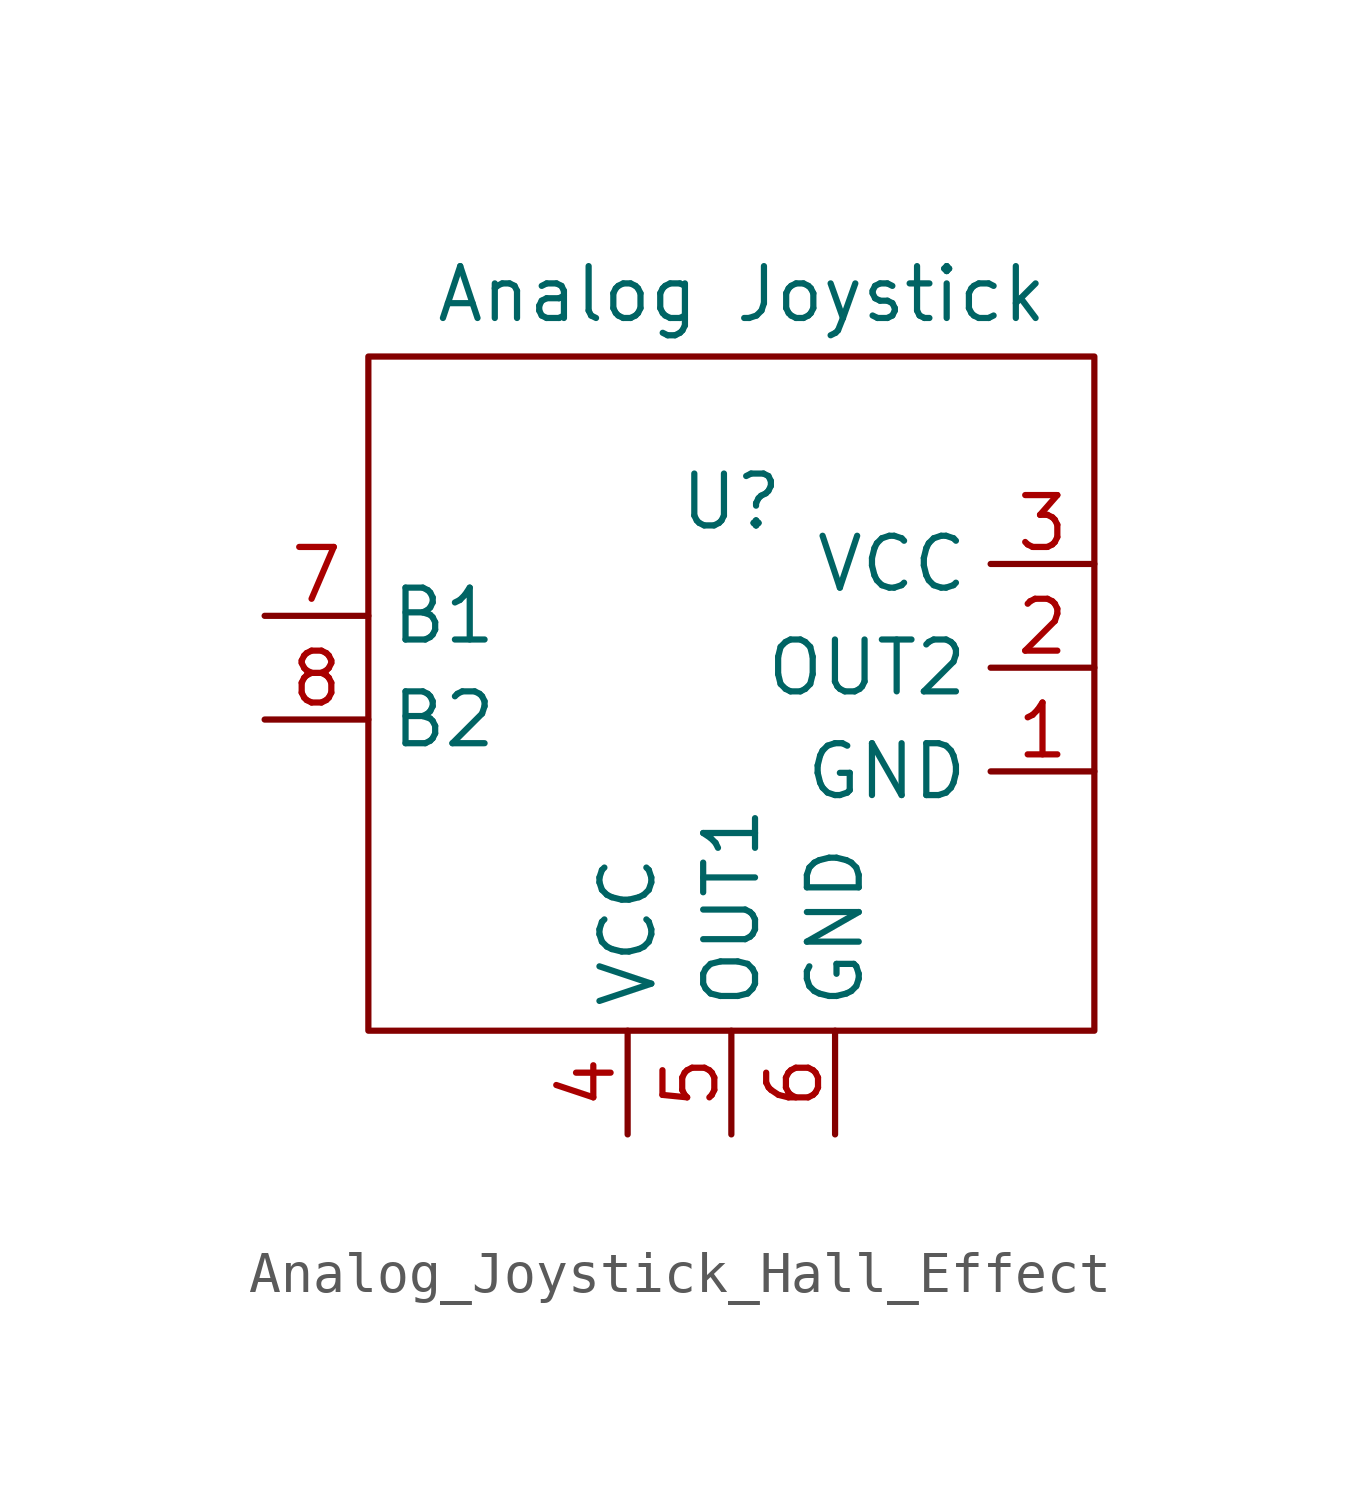
<source format=kicad_sym>
(kicad_symbol_lib
  (version 20241209)
  (generator "kicad_symbol_editor")
  (generator_version "9.0")
  (symbol "Analog_Joystick_Hall_Effect"
    (property "Reference" "U"
      (at 0 5.334 0)
      (effects (font (size 1.27 1.27))))
    (property "Value" "Analog Joystick"
      (at 0.254 10.414 0)
      (effects (font (size 1.27 1.27))))
    (symbol "Analog_Joystick_Hall_Effect_0_1"
      (rectangle (start -8.89 8.89) (end 8.89 -7.62) (stroke (width 0) (type default)) (fill (type none))))
    (symbol "Analog_Joystick_Hall_Effect_1_1"
      (pin bidirectional line (at -11.43 2.54 0) (length 2.54) (name "B1" (effects (font (size 1.27 1.27)))) (number "7" (effects (font (size 1.27 1.27)))))
      (pin bidirectional line (at -11.43 0 0) (length 2.54) (name "B2" (effects (font (size 1.27 1.27)))) (number "8" (effects (font (size 1.27 1.27)))))
      (pin bidirectional line (at -2.54 -10.16 90) (length 2.54) (name "VCC" (effects (font (size 1.27 1.27)))) (number "4" (effects (font (size 1.27 1.27)))))
      (pin bidirectional line (at 0 -10.16 90) (length 2.54) (name "OUT1" (effects (font (size 1.27 1.27)))) (number "5" (effects (font (size 1.27 1.27)))))
      (pin bidirectional line (at 2.54 -10.16 90) (length 2.54) (name "GND" (effects (font (size 1.27 1.27)))) (number "6" (effects (font (size 1.27 1.27)))))
      (pin bidirectional line (at 8.89 3.81 180) (length 2.54) (name "VCC" (effects (font (size 1.27 1.27)))) (number "3" (effects (font (size 1.27 1.27)))))
      (pin bidirectional line (at 8.89 1.27 180) (length 2.54) (name "OUT2" (effects (font (size 1.27 1.27)))) (number "2" (effects (font (size 1.27 1.27)))))
      (pin bidirectional line (at 8.89 -1.27 180) (length 2.54) (name "GND" (effects (font (size 1.27 1.27)))) (number "1" (effects (font (size 1.27 1.27))))))))
</source>
